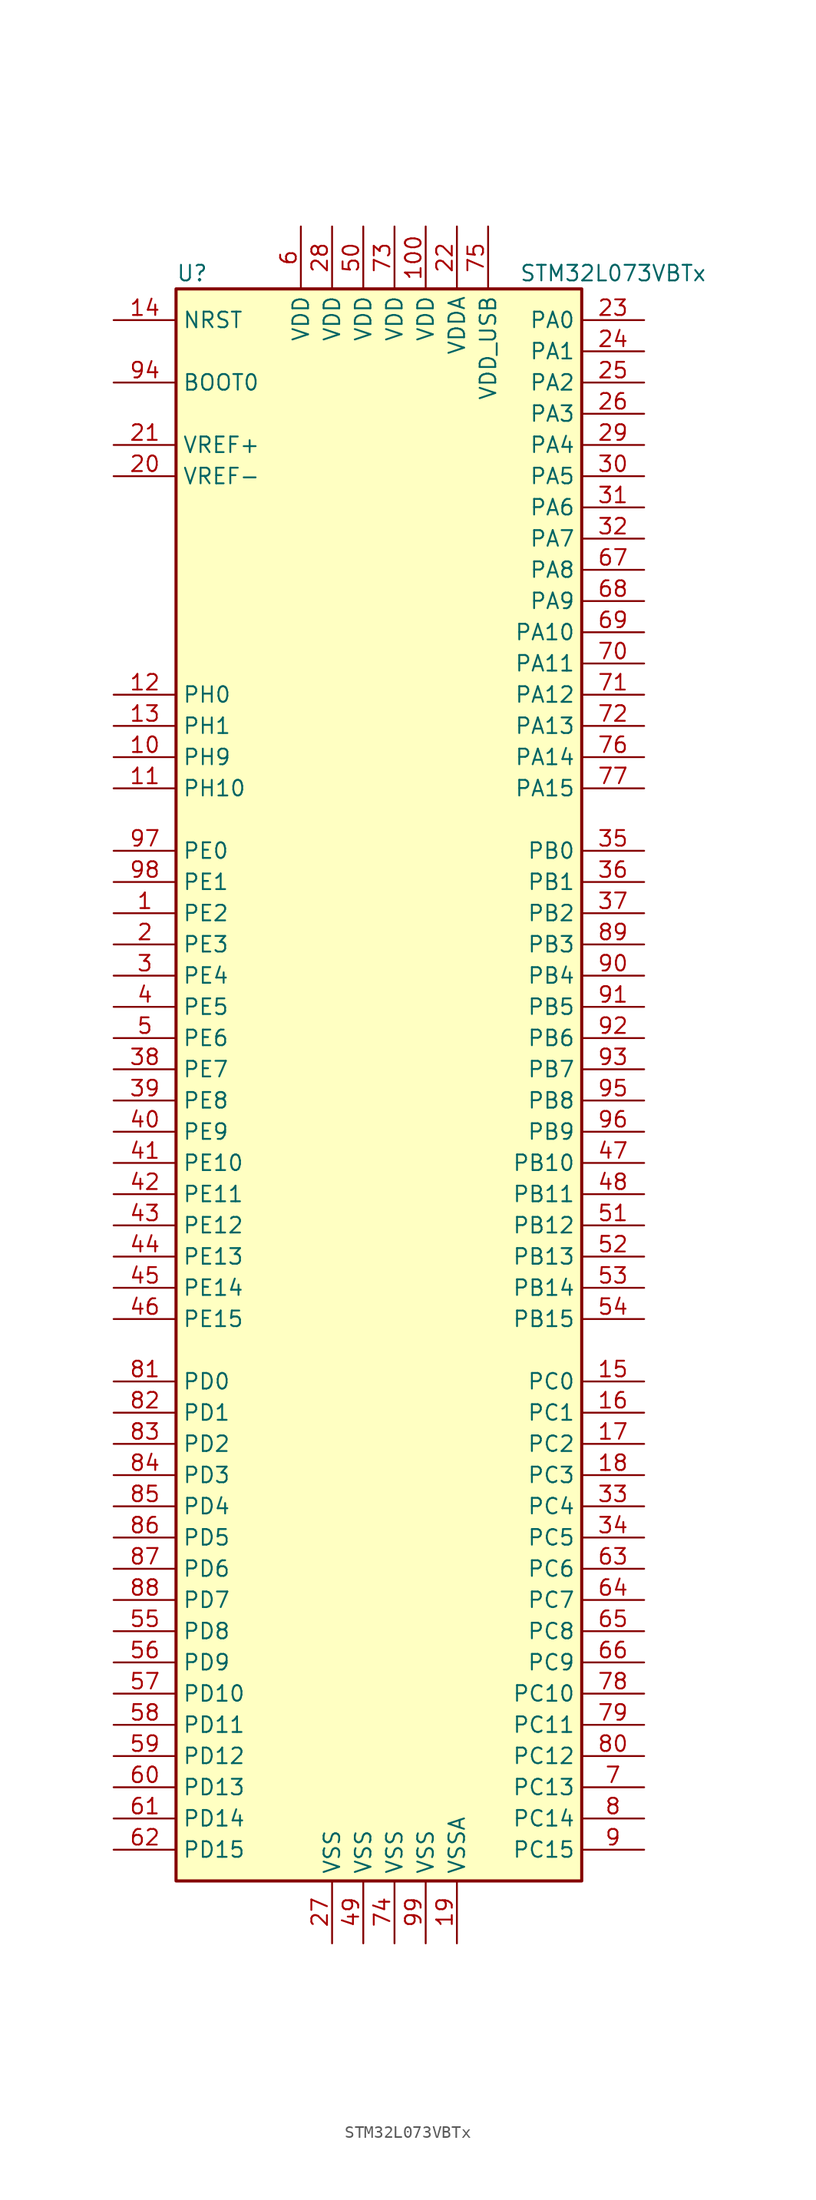
<source format=kicad_sym>
(kicad_symbol_lib
  (version 20211014)
  (generator kicad_symbol_editor)
  (symbol "STM32L073VBTx"
    (property "Reference" "U"
      (at -17.78 64.77 0)
      (effects (font (size 1.27 1.27)) (justify left)))
    (property "Value" "STM32L073VBTx"
      (at 10.16 64.77 0)
      (effects (font (size 1.27 1.27)) (justify left)))
    (symbol "STM32L073VBTx_0_1"
      (rectangle (start -17.78 -66.04) (end 15.24 63.5) (stroke (width 0.254) (type default) (color 0 0 0 0)) (fill (type background))))
    (symbol "STM32L073VBTx_1_1"
      (pin bidirectional line (at -22.86 12.7 0) (length 5.08) (name "PE2" (effects (font (size 1.27 1.27)))) (number "1" (effects (font (size 1.27 1.27)))))
      (pin bidirectional line (at -22.86 25.4 0) (length 5.08) (name "PH9" (effects (font (size 1.27 1.27)))) (number "10" (effects (font (size 1.27 1.27)))))
      (pin power_in line (at 2.54 68.58 270) (length 5.08) (name "VDD" (effects (font (size 1.27 1.27)))) (number "100" (effects (font (size 1.27 1.27)))))
      (pin bidirectional line (at -22.86 22.86 0) (length 5.08) (name "PH10" (effects (font (size 1.27 1.27)))) (number "11" (effects (font (size 1.27 1.27)))))
      (pin input line (at -22.86 30.48 0) (length 5.08) (name "PH0" (effects (font (size 1.27 1.27)))) (number "12" (effects (font (size 1.27 1.27)))))
      (pin input line (at -22.86 27.94 0) (length 5.08) (name "PH1" (effects (font (size 1.27 1.27)))) (number "13" (effects (font (size 1.27 1.27)))))
      (pin input line (at -22.86 60.96 0) (length 5.08) (name "NRST" (effects (font (size 1.27 1.27)))) (number "14" (effects (font (size 1.27 1.27)))))
      (pin bidirectional line (at 20.32 -25.4 180) (length 5.08) (name "PC0" (effects (font (size 1.27 1.27)))) (number "15" (effects (font (size 1.27 1.27)))))
      (pin bidirectional line (at 20.32 -27.94 180) (length 5.08) (name "PC1" (effects (font (size 1.27 1.27)))) (number "16" (effects (font (size 1.27 1.27)))))
      (pin bidirectional line (at 20.32 -30.48 180) (length 5.08) (name "PC2" (effects (font (size 1.27 1.27)))) (number "17" (effects (font (size 1.27 1.27)))))
      (pin bidirectional line (at 20.32 -33.02 180) (length 5.08) (name "PC3" (effects (font (size 1.27 1.27)))) (number "18" (effects (font (size 1.27 1.27)))))
      (pin power_in line (at 5.08 -71.12 90) (length 5.08) (name "VSSA" (effects (font (size 1.27 1.27)))) (number "19" (effects (font (size 1.27 1.27)))))
      (pin bidirectional line (at -22.86 10.16 0) (length 5.08) (name "PE3" (effects (font (size 1.27 1.27)))) (number "2" (effects (font (size 1.27 1.27)))))
      (pin power_in line (at -22.86 48.26 0) (length 5.08) (name "VREF-" (effects (font (size 1.27 1.27)))) (number "20" (effects (font (size 1.27 1.27)))))
      (pin power_in line (at -22.86 50.8 0) (length 5.08) (name "VREF+" (effects (font (size 1.27 1.27)))) (number "21" (effects (font (size 1.27 1.27)))))
      (pin power_in line (at 5.08 68.58 270) (length 5.08) (name "VDDA" (effects (font (size 1.27 1.27)))) (number "22" (effects (font (size 1.27 1.27)))))
      (pin bidirectional line (at 20.32 60.96 180) (length 5.08) (name "PA0" (effects (font (size 1.27 1.27)))) (number "23" (effects (font (size 1.27 1.27)))))
      (pin bidirectional line (at 20.32 58.42 180) (length 5.08) (name "PA1" (effects (font (size 1.27 1.27)))) (number "24" (effects (font (size 1.27 1.27)))))
      (pin bidirectional line (at 20.32 55.88 180) (length 5.08) (name "PA2" (effects (font (size 1.27 1.27)))) (number "25" (effects (font (size 1.27 1.27)))))
      (pin bidirectional line (at 20.32 53.34 180) (length 5.08) (name "PA3" (effects (font (size 1.27 1.27)))) (number "26" (effects (font (size 1.27 1.27)))))
      (pin power_in line (at -5.08 -71.12 90) (length 5.08) (name "VSS" (effects (font (size 1.27 1.27)))) (number "27" (effects (font (size 1.27 1.27)))))
      (pin power_in line (at -5.08 68.58 270) (length 5.08) (name "VDD" (effects (font (size 1.27 1.27)))) (number "28" (effects (font (size 1.27 1.27)))))
      (pin bidirectional line (at 20.32 50.8 180) (length 5.08) (name "PA4" (effects (font (size 1.27 1.27)))) (number "29" (effects (font (size 1.27 1.27)))))
      (pin bidirectional line (at -22.86 7.62 0) (length 5.08) (name "PE4" (effects (font (size 1.27 1.27)))) (number "3" (effects (font (size 1.27 1.27)))))
      (pin bidirectional line (at 20.32 48.26 180) (length 5.08) (name "PA5" (effects (font (size 1.27 1.27)))) (number "30" (effects (font (size 1.27 1.27)))))
      (pin bidirectional line (at 20.32 45.72 180) (length 5.08) (name "PA6" (effects (font (size 1.27 1.27)))) (number "31" (effects (font (size 1.27 1.27)))))
      (pin bidirectional line (at 20.32 43.18 180) (length 5.08) (name "PA7" (effects (font (size 1.27 1.27)))) (number "32" (effects (font (size 1.27 1.27)))))
      (pin bidirectional line (at 20.32 -35.56 180) (length 5.08) (name "PC4" (effects (font (size 1.27 1.27)))) (number "33" (effects (font (size 1.27 1.27)))))
      (pin bidirectional line (at 20.32 -38.1 180) (length 5.08) (name "PC5" (effects (font (size 1.27 1.27)))) (number "34" (effects (font (size 1.27 1.27)))))
      (pin bidirectional line (at 20.32 17.78 180) (length 5.08) (name "PB0" (effects (font (size 1.27 1.27)))) (number "35" (effects (font (size 1.27 1.27)))))
      (pin bidirectional line (at 20.32 15.24 180) (length 5.08) (name "PB1" (effects (font (size 1.27 1.27)))) (number "36" (effects (font (size 1.27 1.27)))))
      (pin bidirectional line (at 20.32 12.7 180) (length 5.08) (name "PB2" (effects (font (size 1.27 1.27)))) (number "37" (effects (font (size 1.27 1.27)))))
      (pin bidirectional line (at -22.86 0 0) (length 5.08) (name "PE7" (effects (font (size 1.27 1.27)))) (number "38" (effects (font (size 1.27 1.27)))))
      (pin bidirectional line (at -22.86 -2.54 0) (length 5.08) (name "PE8" (effects (font (size 1.27 1.27)))) (number "39" (effects (font (size 1.27 1.27)))))
      (pin bidirectional line (at -22.86 5.08 0) (length 5.08) (name "PE5" (effects (font (size 1.27 1.27)))) (number "4" (effects (font (size 1.27 1.27)))))
      (pin bidirectional line (at -22.86 -5.08 0) (length 5.08) (name "PE9" (effects (font (size 1.27 1.27)))) (number "40" (effects (font (size 1.27 1.27)))))
      (pin bidirectional line (at -22.86 -7.62 0) (length 5.08) (name "PE10" (effects (font (size 1.27 1.27)))) (number "41" (effects (font (size 1.27 1.27)))))
      (pin bidirectional line (at -22.86 -10.16 0) (length 5.08) (name "PE11" (effects (font (size 1.27 1.27)))) (number "42" (effects (font (size 1.27 1.27)))))
      (pin bidirectional line (at -22.86 -12.7 0) (length 5.08) (name "PE12" (effects (font (size 1.27 1.27)))) (number "43" (effects (font (size 1.27 1.27)))))
      (pin bidirectional line (at -22.86 -15.24 0) (length 5.08) (name "PE13" (effects (font (size 1.27 1.27)))) (number "44" (effects (font (size 1.27 1.27)))))
      (pin bidirectional line (at -22.86 -17.78 0) (length 5.08) (name "PE14" (effects (font (size 1.27 1.27)))) (number "45" (effects (font (size 1.27 1.27)))))
      (pin bidirectional line (at -22.86 -20.32 0) (length 5.08) (name "PE15" (effects (font (size 1.27 1.27)))) (number "46" (effects (font (size 1.27 1.27)))))
      (pin bidirectional line (at 20.32 -7.62 180) (length 5.08) (name "PB10" (effects (font (size 1.27 1.27)))) (number "47" (effects (font (size 1.27 1.27)))))
      (pin bidirectional line (at 20.32 -10.16 180) (length 5.08) (name "PB11" (effects (font (size 1.27 1.27)))) (number "48" (effects (font (size 1.27 1.27)))))
      (pin power_in line (at -2.54 -71.12 90) (length 5.08) (name "VSS" (effects (font (size 1.27 1.27)))) (number "49" (effects (font (size 1.27 1.27)))))
      (pin bidirectional line (at -22.86 2.54 0) (length 5.08) (name "PE6" (effects (font (size 1.27 1.27)))) (number "5" (effects (font (size 1.27 1.27)))))
      (pin power_in line (at -2.54 68.58 270) (length 5.08) (name "VDD" (effects (font (size 1.27 1.27)))) (number "50" (effects (font (size 1.27 1.27)))))
      (pin bidirectional line (at 20.32 -12.7 180) (length 5.08) (name "PB12" (effects (font (size 1.27 1.27)))) (number "51" (effects (font (size 1.27 1.27)))))
      (pin bidirectional line (at 20.32 -15.24 180) (length 5.08) (name "PB13" (effects (font (size 1.27 1.27)))) (number "52" (effects (font (size 1.27 1.27)))))
      (pin bidirectional line (at 20.32 -17.78 180) (length 5.08) (name "PB14" (effects (font (size 1.27 1.27)))) (number "53" (effects (font (size 1.27 1.27)))))
      (pin bidirectional line (at 20.32 -20.32 180) (length 5.08) (name "PB15" (effects (font (size 1.27 1.27)))) (number "54" (effects (font (size 1.27 1.27)))))
      (pin bidirectional line (at -22.86 -45.72 0) (length 5.08) (name "PD8" (effects (font (size 1.27 1.27)))) (number "55" (effects (font (size 1.27 1.27)))))
      (pin bidirectional line (at -22.86 -48.26 0) (length 5.08) (name "PD9" (effects (font (size 1.27 1.27)))) (number "56" (effects (font (size 1.27 1.27)))))
      (pin bidirectional line (at -22.86 -50.8 0) (length 5.08) (name "PD10" (effects (font (size 1.27 1.27)))) (number "57" (effects (font (size 1.27 1.27)))))
      (pin bidirectional line (at -22.86 -53.34 0) (length 5.08) (name "PD11" (effects (font (size 1.27 1.27)))) (number "58" (effects (font (size 1.27 1.27)))))
      (pin bidirectional line (at -22.86 -55.88 0) (length 5.08) (name "PD12" (effects (font (size 1.27 1.27)))) (number "59" (effects (font (size 1.27 1.27)))))
      (pin power_in line (at -7.62 68.58 270) (length 5.08) (name "VDD" (effects (font (size 1.27 1.27)))) (number "6" (effects (font (size 1.27 1.27)))))
      (pin bidirectional line (at -22.86 -58.42 0) (length 5.08) (name "PD13" (effects (font (size 1.27 1.27)))) (number "60" (effects (font (size 1.27 1.27)))))
      (pin bidirectional line (at -22.86 -60.96 0) (length 5.08) (name "PD14" (effects (font (size 1.27 1.27)))) (number "61" (effects (font (size 1.27 1.27)))))
      (pin bidirectional line (at -22.86 -63.5 0) (length 5.08) (name "PD15" (effects (font (size 1.27 1.27)))) (number "62" (effects (font (size 1.27 1.27)))))
      (pin bidirectional line (at 20.32 -40.64 180) (length 5.08) (name "PC6" (effects (font (size 1.27 1.27)))) (number "63" (effects (font (size 1.27 1.27)))))
      (pin bidirectional line (at 20.32 -43.18 180) (length 5.08) (name "PC7" (effects (font (size 1.27 1.27)))) (number "64" (effects (font (size 1.27 1.27)))))
      (pin bidirectional line (at 20.32 -45.72 180) (length 5.08) (name "PC8" (effects (font (size 1.27 1.27)))) (number "65" (effects (font (size 1.27 1.27)))))
      (pin bidirectional line (at 20.32 -48.26 180) (length 5.08) (name "PC9" (effects (font (size 1.27 1.27)))) (number "66" (effects (font (size 1.27 1.27)))))
      (pin bidirectional line (at 20.32 40.64 180) (length 5.08) (name "PA8" (effects (font (size 1.27 1.27)))) (number "67" (effects (font (size 1.27 1.27)))))
      (pin bidirectional line (at 20.32 38.1 180) (length 5.08) (name "PA9" (effects (font (size 1.27 1.27)))) (number "68" (effects (font (size 1.27 1.27)))))
      (pin bidirectional line (at 20.32 35.56 180) (length 5.08) (name "PA10" (effects (font (size 1.27 1.27)))) (number "69" (effects (font (size 1.27 1.27)))))
      (pin bidirectional line (at 20.32 -58.42 180) (length 5.08) (name "PC13" (effects (font (size 1.27 1.27)))) (number "7" (effects (font (size 1.27 1.27)))))
      (pin bidirectional line (at 20.32 33.02 180) (length 5.08) (name "PA11" (effects (font (size 1.27 1.27)))) (number "70" (effects (font (size 1.27 1.27)))))
      (pin bidirectional line (at 20.32 30.48 180) (length 5.08) (name "PA12" (effects (font (size 1.27 1.27)))) (number "71" (effects (font (size 1.27 1.27)))))
      (pin bidirectional line (at 20.32 27.94 180) (length 5.08) (name "PA13" (effects (font (size 1.27 1.27)))) (number "72" (effects (font (size 1.27 1.27)))))
      (pin power_in line (at 0 68.58 270) (length 5.08) (name "VDD" (effects (font (size 1.27 1.27)))) (number "73" (effects (font (size 1.27 1.27)))))
      (pin power_in line (at 0 -71.12 90) (length 5.08) (name "VSS" (effects (font (size 1.27 1.27)))) (number "74" (effects (font (size 1.27 1.27)))))
      (pin power_in line (at 7.62 68.58 270) (length 5.08) (name "VDD_USB" (effects (font (size 1.27 1.27)))) (number "75" (effects (font (size 1.27 1.27)))))
      (pin bidirectional line (at 20.32 25.4 180) (length 5.08) (name "PA14" (effects (font (size 1.27 1.27)))) (number "76" (effects (font (size 1.27 1.27)))))
      (pin bidirectional line (at 20.32 22.86 180) (length 5.08) (name "PA15" (effects (font (size 1.27 1.27)))) (number "77" (effects (font (size 1.27 1.27)))))
      (pin bidirectional line (at 20.32 -50.8 180) (length 5.08) (name "PC10" (effects (font (size 1.27 1.27)))) (number "78" (effects (font (size 1.27 1.27)))))
      (pin bidirectional line (at 20.32 -53.34 180) (length 5.08) (name "PC11" (effects (font (size 1.27 1.27)))) (number "79" (effects (font (size 1.27 1.27)))))
      (pin bidirectional line (at 20.32 -60.96 180) (length 5.08) (name "PC14" (effects (font (size 1.27 1.27)))) (number "8" (effects (font (size 1.27 1.27)))))
      (pin bidirectional line (at 20.32 -55.88 180) (length 5.08) (name "PC12" (effects (font (size 1.27 1.27)))) (number "80" (effects (font (size 1.27 1.27)))))
      (pin bidirectional line (at -22.86 -25.4 0) (length 5.08) (name "PD0" (effects (font (size 1.27 1.27)))) (number "81" (effects (font (size 1.27 1.27)))))
      (pin bidirectional line (at -22.86 -27.94 0) (length 5.08) (name "PD1" (effects (font (size 1.27 1.27)))) (number "82" (effects (font (size 1.27 1.27)))))
      (pin bidirectional line (at -22.86 -30.48 0) (length 5.08) (name "PD2" (effects (font (size 1.27 1.27)))) (number "83" (effects (font (size 1.27 1.27)))))
      (pin bidirectional line (at -22.86 -33.02 0) (length 5.08) (name "PD3" (effects (font (size 1.27 1.27)))) (number "84" (effects (font (size 1.27 1.27)))))
      (pin bidirectional line (at -22.86 -35.56 0) (length 5.08) (name "PD4" (effects (font (size 1.27 1.27)))) (number "85" (effects (font (size 1.27 1.27)))))
      (pin bidirectional line (at -22.86 -38.1 0) (length 5.08) (name "PD5" (effects (font (size 1.27 1.27)))) (number "86" (effects (font (size 1.27 1.27)))))
      (pin bidirectional line (at -22.86 -40.64 0) (length 5.08) (name "PD6" (effects (font (size 1.27 1.27)))) (number "87" (effects (font (size 1.27 1.27)))))
      (pin bidirectional line (at -22.86 -43.18 0) (length 5.08) (name "PD7" (effects (font (size 1.27 1.27)))) (number "88" (effects (font (size 1.27 1.27)))))
      (pin bidirectional line (at 20.32 10.16 180) (length 5.08) (name "PB3" (effects (font (size 1.27 1.27)))) (number "89" (effects (font (size 1.27 1.27)))))
      (pin bidirectional line (at 20.32 -63.5 180) (length 5.08) (name "PC15" (effects (font (size 1.27 1.27)))) (number "9" (effects (font (size 1.27 1.27)))))
      (pin bidirectional line (at 20.32 7.62 180) (length 5.08) (name "PB4" (effects (font (size 1.27 1.27)))) (number "90" (effects (font (size 1.27 1.27)))))
      (pin bidirectional line (at 20.32 5.08 180) (length 5.08) (name "PB5" (effects (font (size 1.27 1.27)))) (number "91" (effects (font (size 1.27 1.27)))))
      (pin bidirectional line (at 20.32 2.54 180) (length 5.08) (name "PB6" (effects (font (size 1.27 1.27)))) (number "92" (effects (font (size 1.27 1.27)))))
      (pin bidirectional line (at 20.32 0 180) (length 5.08) (name "PB7" (effects (font (size 1.27 1.27)))) (number "93" (effects (font (size 1.27 1.27)))))
      (pin input line (at -22.86 55.88 0) (length 5.08) (name "BOOT0" (effects (font (size 1.27 1.27)))) (number "94" (effects (font (size 1.27 1.27)))))
      (pin bidirectional line (at 20.32 -2.54 180) (length 5.08) (name "PB8" (effects (font (size 1.27 1.27)))) (number "95" (effects (font (size 1.27 1.27)))))
      (pin bidirectional line (at 20.32 -5.08 180) (length 5.08) (name "PB9" (effects (font (size 1.27 1.27)))) (number "96" (effects (font (size 1.27 1.27)))))
      (pin bidirectional line (at -22.86 17.78 0) (length 5.08) (name "PE0" (effects (font (size 1.27 1.27)))) (number "97" (effects (font (size 1.27 1.27)))))
      (pin bidirectional line (at -22.86 15.24 0) (length 5.08) (name "PE1" (effects (font (size 1.27 1.27)))) (number "98" (effects (font (size 1.27 1.27)))))
      (pin power_in line (at 2.54 -71.12 90) (length 5.08) (name "VSS" (effects (font (size 1.27 1.27)))) (number "99" (effects (font (size 1.27 1.27))))))))
</source>
